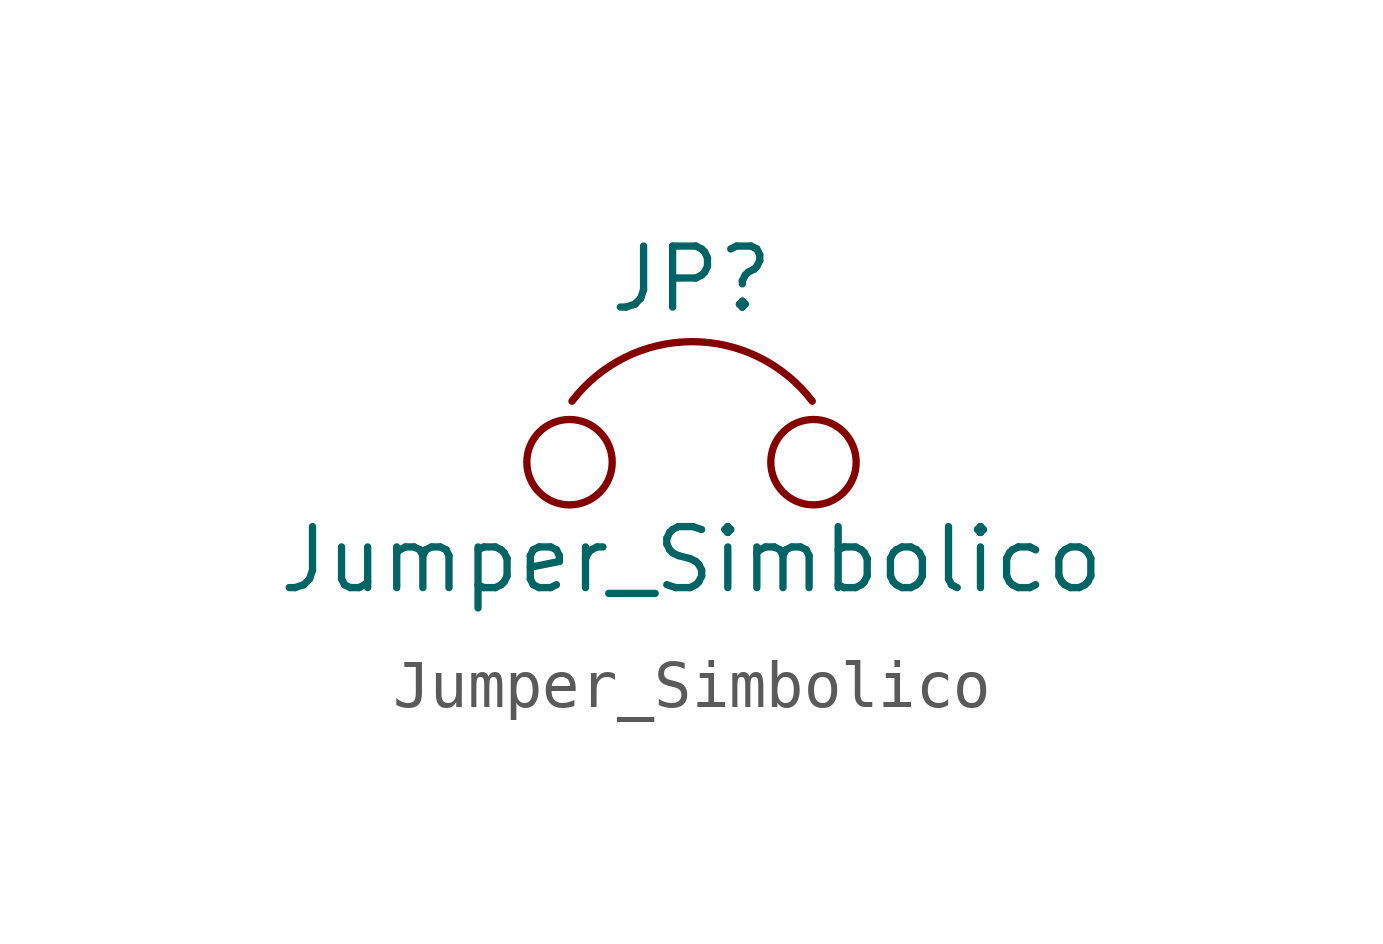
<source format=kicad_sym>
(kicad_symbol_lib
  (version 20211014)
  (generator kicad_symbol_editor)
  (symbol "Jumper_Simbolico"
    (pin_names
      (offset 0.762) hide)
    (property "Reference" "JP"
      (at 0 3.81 0)
      (effects (font (size 1.27 1.27))))
    (property "Value" "Jumper_Simbolico"
      (at 0 -2.032 0)
      (effects (font (size 1.27 1.27))))
    (symbol "Jumper_Simbolico_0_1"
      (circle (center -2.54 0) (radius 0.889) (stroke (width 0) (type default) (color 0 0 0 0)) (fill (type none)))
      (arc (start 2.5146 1.27) (mid 0.0078 2.5097) (end -2.4892 1.27) (stroke (width 0) (type default) (color 0 0 0 0)) (fill (type none)))
      (circle (center 2.54 0) (radius 0.889) (stroke (width 0) (type default) (color 0 0 0 0)) (fill (type none))))))
</source>
